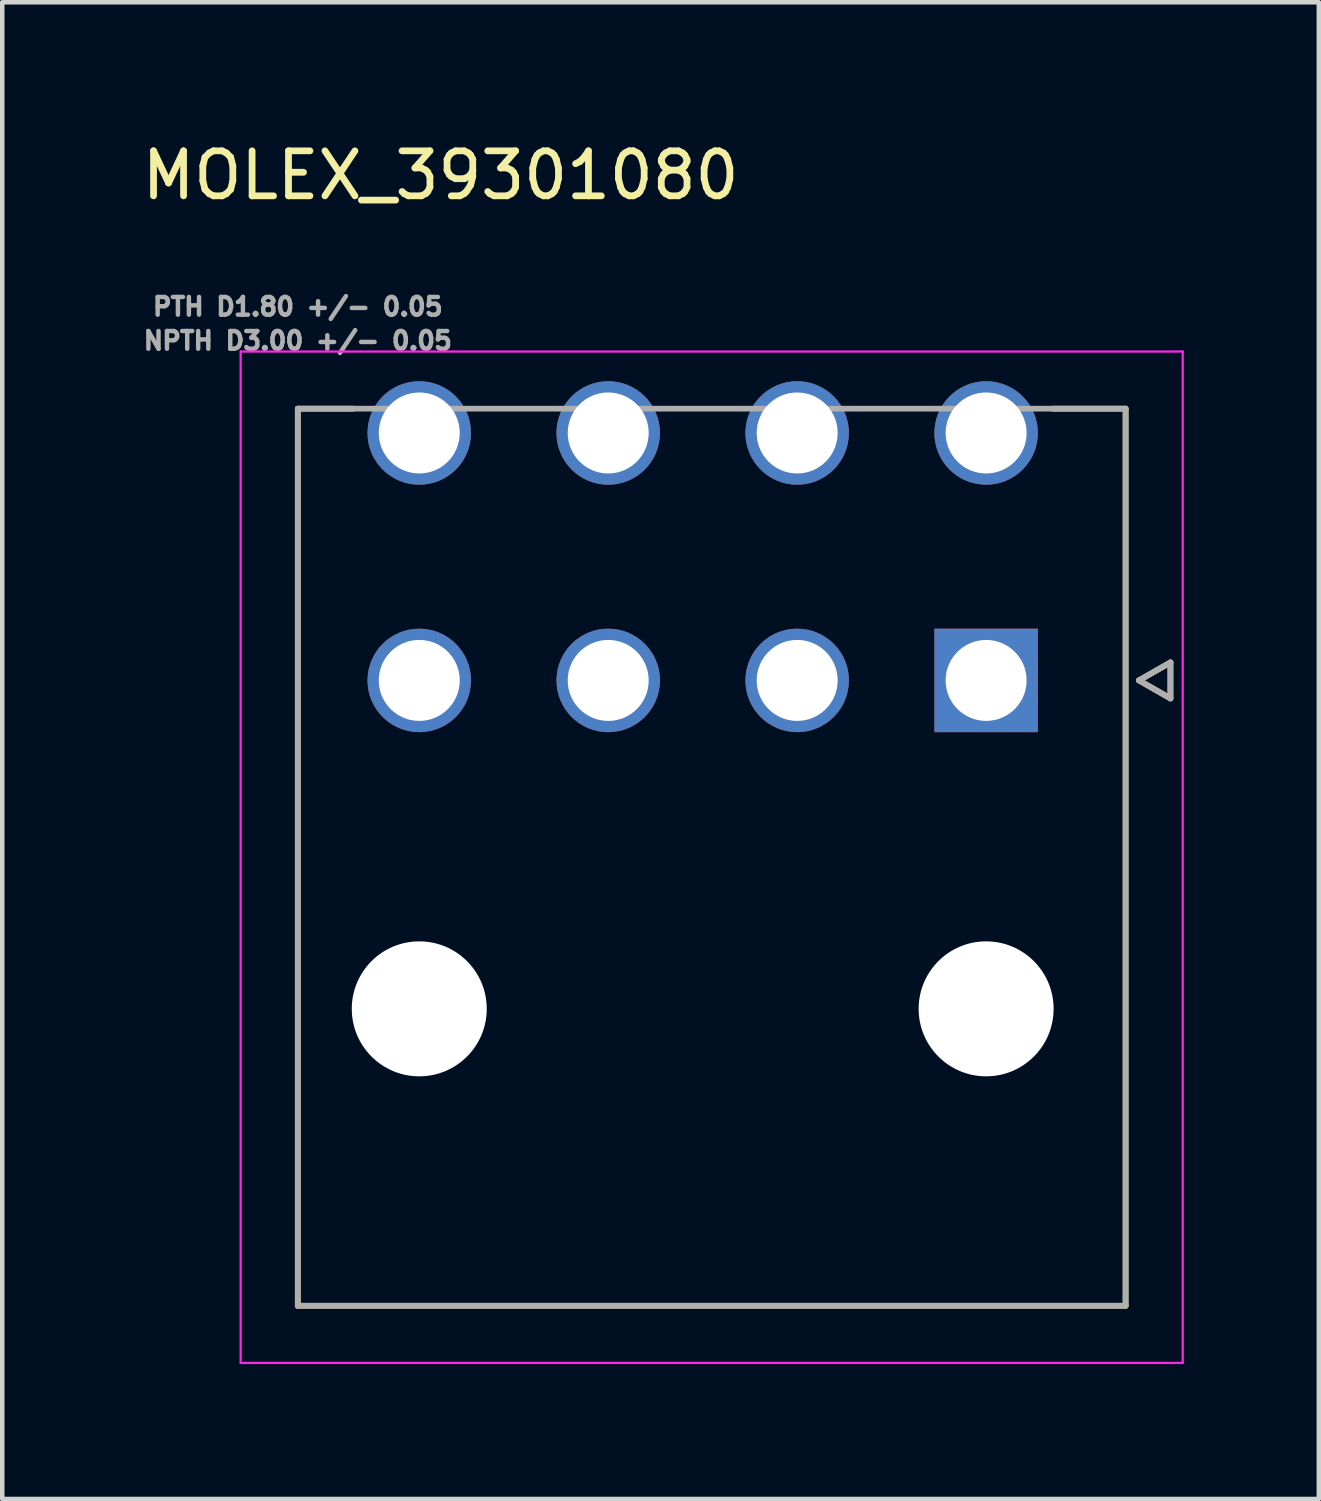
<source format=kicad_pcb>
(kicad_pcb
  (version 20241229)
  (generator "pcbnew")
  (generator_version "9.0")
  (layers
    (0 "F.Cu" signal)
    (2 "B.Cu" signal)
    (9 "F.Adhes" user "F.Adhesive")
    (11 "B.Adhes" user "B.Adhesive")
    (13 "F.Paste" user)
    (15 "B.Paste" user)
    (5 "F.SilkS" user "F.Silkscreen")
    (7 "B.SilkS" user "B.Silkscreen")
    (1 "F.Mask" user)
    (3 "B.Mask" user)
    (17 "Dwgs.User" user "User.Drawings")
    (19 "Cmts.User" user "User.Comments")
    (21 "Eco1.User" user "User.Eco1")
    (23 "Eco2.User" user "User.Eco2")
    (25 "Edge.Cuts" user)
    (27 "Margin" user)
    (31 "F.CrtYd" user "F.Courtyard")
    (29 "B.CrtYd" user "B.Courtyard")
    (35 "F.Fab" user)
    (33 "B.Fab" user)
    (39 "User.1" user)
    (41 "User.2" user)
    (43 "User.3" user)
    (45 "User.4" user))
  (footprint "MOLEX_39301080"
    (layer "F.Cu")
    (at 18.869 12.074)
    (property "Reference" "MOLEX_39301080" (at -12.125 -11.226 0) (layer "F.SilkS") (effects (font (size 1 1) (thickness 0.15))))
    (attr through_hole)
    (fp_circle (center -12.6 -5.5) (end -11.987 -5.5) (stroke (width 1.226) (type solid)) (fill no) (layer "F.Mask"))
    (fp_circle (center -12.6 0) (end -11.987 0) (stroke (width 1.226) (type solid)) (fill no) (layer "F.Mask"))
    (fp_circle (center -12.6 7.3) (end -11.812 7.3) (stroke (width 1.576) (type solid)) (fill no) (layer "F.Mask"))
    (fp_circle (center -8.4 -5.5) (end -7.787 -5.5) (stroke (width 1.226) (type solid)) (fill no) (layer "F.Mask"))
    (fp_circle (center -8.4 0) (end -7.787 0) (stroke (width 1.226) (type solid)) (fill no) (layer "F.Mask"))
    (fp_circle (center -4.2 -5.5) (end -3.587 -5.5) (stroke (width 1.226) (type solid)) (fill no) (layer "F.Mask"))
    (fp_circle (center -4.2 0) (end -3.587 0) (stroke (width 1.226) (type solid)) (fill no) (layer "F.Mask"))
    (fp_circle (center 0 -5.5) (end 0.613 -5.5) (stroke (width 1.226) (type solid)) (fill no) (layer "F.Mask"))
    (fp_circle (center 0 7.3) (end 0.788 7.3) (stroke (width 1.576) (type solid)) (fill no) (layer "F.Mask"))
    (fp_poly (pts (xy -1.226 -1.226) (xy 1.226 -1.226) (xy 1.226 1.226) (xy -1.226 1.226)) (stroke (width 0.01) (type solid)) (fill yes) (layer "F.Mask"))
    (fp_circle (center -12.6 -5.5) (end -11.987 -5.5) (stroke (width 1.226) (type solid)) (fill no) (layer "B.Mask"))
    (fp_circle (center -12.6 0) (end -11.987 0) (stroke (width 1.226) (type solid)) (fill no) (layer "B.Mask"))
    (fp_circle (center -12.6 7.3) (end -11.812 7.3) (stroke (width 1.576) (type solid)) (fill no) (layer "B.Mask"))
    (fp_circle (center -8.4 -5.5) (end -7.787 -5.5) (stroke (width 1.226) (type solid)) (fill no) (layer "B.Mask"))
    (fp_circle (center -8.4 0) (end -7.787 0) (stroke (width 1.226) (type solid)) (fill no) (layer "B.Mask"))
    (fp_circle (center -4.2 -5.5) (end -3.587 -5.5) (stroke (width 1.226) (type solid)) (fill no) (layer "B.Mask"))
    (fp_circle (center -4.2 0) (end -3.587 0) (stroke (width 1.226) (type solid)) (fill no) (layer "B.Mask"))
    (fp_circle (center 0 -5.5) (end 0.613 -5.5) (stroke (width 1.226) (type solid)) (fill no) (layer "B.Mask"))
    (fp_circle (center 0 7.3) (end 0.788 7.3) (stroke (width 1.576) (type solid)) (fill no) (layer "B.Mask"))
    (fp_poly (pts (xy -1.226 -1.226) (xy 1.226 -1.226) (xy 1.226 1.226) (xy -1.226 1.226)) (stroke (width 0.01) (type solid)) (fill yes) (layer "B.Mask"))
    (fp_line (start -15.3 -6.04) (end -14.076 -6.04) (stroke (width 0.127) (type solid)) (layer "F.SilkS"))
    (fp_line (start -15.3 13.9) (end -15.3 -6.04) (stroke (width 0.127) (type solid)) (layer "F.SilkS"))
    (fp_line (start 3.1 -6.04) (end 1.476 -6.04) (stroke (width 0.127) (type solid)) (layer "F.SilkS"))
    (fp_line (start 3.1 -6.04) (end 3.1 13.9) (stroke (width 0.127) (type solid)) (layer "F.SilkS"))
    (fp_line (start 3.1 13.9) (end -15.3 13.9) (stroke (width 0.127) (type solid)) (layer "F.SilkS"))
    (fp_line (start 3.397 0) (end 4.097 0.4) (stroke (width 0.127) (type solid)) (layer "F.SilkS"))
    (fp_line (start 4.097 -0.4) (end 3.397 0) (stroke (width 0.127) (type solid)) (layer "F.SilkS"))
    (fp_line (start 4.097 0.4) (end 4.097 -0.4) (stroke (width 0.127) (type solid)) (layer "F.SilkS"))
    (fp_line (start -16.57 -7.31) (end 4.37 -7.31) (stroke (width 0.05) (type solid)) (layer "F.CrtYd"))
    (fp_line (start -16.57 15.17) (end -16.57 -7.31) (stroke (width 0.05) (type solid)) (layer "F.CrtYd"))
    (fp_line (start 4.37 -7.31) (end 4.37 15.17) (stroke (width 0.05) (type solid)) (layer "F.CrtYd"))
    (fp_line (start 4.37 15.17) (end -16.57 15.17) (stroke (width 0.05) (type solid)) (layer "F.CrtYd"))
    (fp_line (start -15.3 -6.04) (end 3.1 -6.04) (stroke (width 0.127) (type solid)) (layer "F.Fab"))
    (fp_line (start -15.3 13.9) (end -15.3 -6.04) (stroke (width 0.127) (type solid)) (layer "F.Fab"))
    (fp_line (start 3.1 -6.04) (end 3.1 13.9) (stroke (width 0.127) (type solid)) (layer "F.Fab"))
    (fp_line (start 3.1 13.9) (end -15.3 13.9) (stroke (width 0.127) (type solid)) (layer "F.Fab"))
    (fp_line (start 3.397 0) (end 4.097 0.4) (stroke (width 0.127) (type solid)) (layer "F.Fab"))
    (fp_line (start 4.097 -0.4) (end 3.397 0) (stroke (width 0.127) (type solid)) (layer "F.Fab"))
    (fp_line (start 4.097 0.4) (end 4.097 -0.4) (stroke (width 0.127) (type solid)) (layer "F.Fab"))
    (fp_text user "PTH D1.80 +/- 0.05" (at -15.3 -8.307 0) (layer "F.Fab") (effects (font (size 0.394 0.394) (thickness 0.15))))
    (fp_text user "NPTH D3.00 +/- 0.05" (at -15.3 -7.55 0) (layer "F.Fab") (effects (font (size 0.394 0.394) (thickness 0.15))))
    (pad "" np_thru_hole circle (at -12.6 7.3) (size 3 3) (drill 3) (layers "*.Cu" "*.Mask"))
    (pad "" np_thru_hole circle (at 0 7.3) (size 3 3) (drill 3) (layers "*.Cu" "*.Mask"))
    (pad "1" thru_hole rect (at 0 0) (size 2.3 2.3) (drill 1.8) (layers "*.Cu"))
    (pad "2" thru_hole circle (at -4.2 0) (size 2.3 2.3) (drill 1.8) (layers "*.Cu"))
    (pad "3" thru_hole circle (at -8.4 0) (size 2.3 2.3) (drill 1.8) (layers "*.Cu"))
    (pad "4" thru_hole circle (at -12.6 0) (size 2.3 2.3) (drill 1.8) (layers "*.Cu"))
    (pad "5" thru_hole circle (at 0 -5.5) (size 2.3 2.3) (drill 1.8) (layers "*.Cu"))
    (pad "6" thru_hole circle (at -4.2 -5.5) (size 2.3 2.3) (drill 1.8) (layers "*.Cu"))
    (pad "7" thru_hole circle (at -8.4 -5.5) (size 2.3 2.3) (drill 1.8) (layers "*.Cu"))
    (pad "8" thru_hole circle (at -12.6 -5.5) (size 2.3 2.3) (drill 1.8) (layers "*.Cu")))
  (gr_rect
    (start -3 -3)
    (end 26.264 30.269)
    (stroke (width 0.1) (type default))
    (fill no)
    (layer "Edge.Cuts")))
</source>
